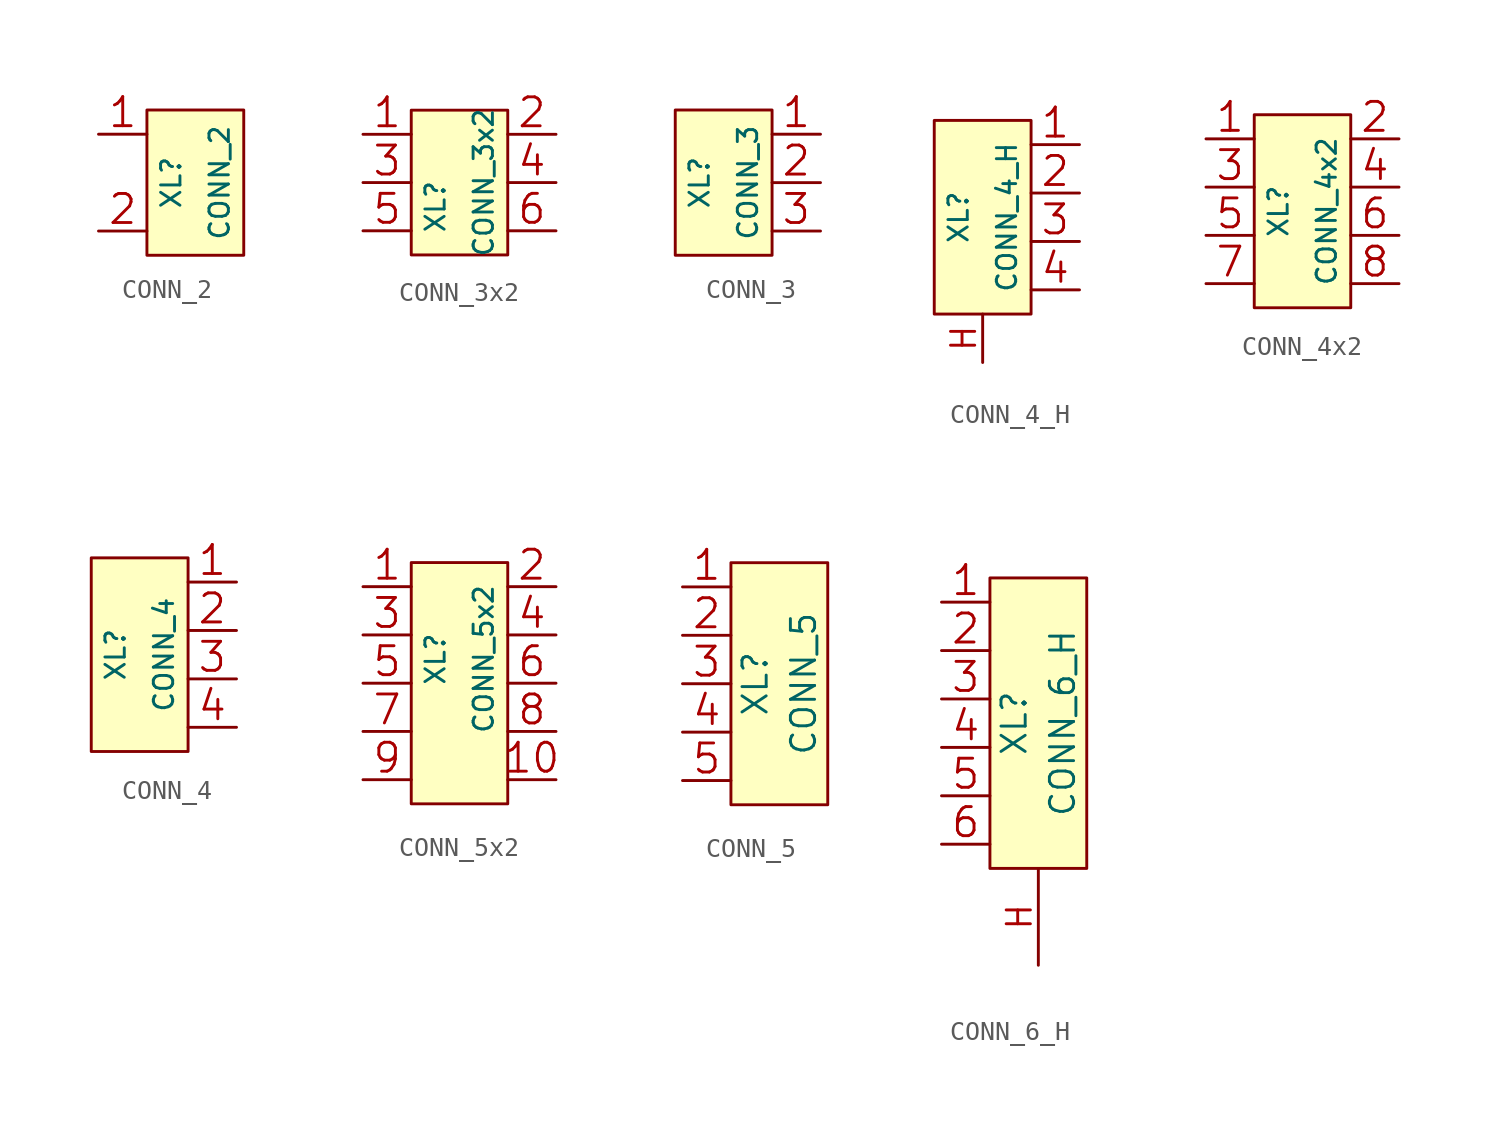
<source format=kicad_sym>
(kicad_symbol_lib
  (version 20201005)
  (generator kicad_symbol_editor)
  (symbol "Connectors_kl:CONN_2"
    (pin_names
      (offset 1.016) hide)
    (property "Reference" "XL"
      (at -1.27 0 90)
      (effects (font (size 1.016 1.016))))
    (property "Value" "CONN_2"
      (at 1.27 0 90)
      (effects (font (size 1.016 1.016))))
    (property "Footprint" ""
      (at 0 0 0)
      (effects (font (size 1.524 1.524))))
    (property "Datasheet" ""
      (at 0 0 0)
      (effects (font (size 1.524 1.524))))
    (symbol "CONN_2_0_1"
      (rectangle (start -2.54 3.81) (end 2.54 -3.81) (stroke (width 0)) (fill (type background))))
    (symbol "CONN_2_1_1"
      (pin passive line (at -5.08 2.54 0) (length 2.54) (name "P1" (effects (font (size 1.524 1.524)))) (number "1" (effects (font (size 1.524 1.524)))))
      (pin passive line (at -5.08 -2.54 0) (length 2.54) (name "PM" (effects (font (size 1.524 1.524)))) (number "2" (effects (font (size 1.524 1.524)))))))
  (symbol "Connectors_kl:CONN_3x2"
    (pin_names
      (offset 1.016) hide)
    (property "Reference" "XL"
      (at -1.27 -1.27 90)
      (effects (font (size 1.016 1.016))))
    (property "Value" "CONN_3x2"
      (at 1.27 0 90)
      (effects (font (size 1.016 1.016))))
    (property "Datasheet" ""
      (at 0 -1.27 0)
      (effects (font (size 1.524 1.524))))
    (symbol "CONN_3x2_0_1"
      (rectangle (start -2.54 3.81) (end 2.54 -3.81) (stroke (width 0)) (fill (type background))))
    (symbol "CONN_3x2_1_1"
      (pin passive line (at -5.08 2.54 0) (length 2.54) (name "P1" (effects (font (size 1.524 1.524)))) (number "1" (effects (font (size 1.524 1.524)))))
      (pin passive line (at 5.08 2.54 180) (length 2.54) (name "P1" (effects (font (size 1.524 1.524)))) (number "2" (effects (font (size 1.524 1.524)))))
      (pin passive line (at -5.08 0 0) (length 2.54) (name "PM" (effects (font (size 1.524 1.524)))) (number "3" (effects (font (size 1.524 1.524)))))
      (pin passive line (at 5.08 0 180) (length 2.54) (name "PM" (effects (font (size 1.524 1.524)))) (number "4" (effects (font (size 1.524 1.524)))))
      (pin passive line (at -5.08 -2.54 0) (length 2.54) (name "~" (effects (font (size 1.524 1.524)))) (number "5" (effects (font (size 1.524 1.524)))))
      (pin passive line (at 5.08 -2.54 180) (length 2.54) (name "~" (effects (font (size 1.524 1.524)))) (number "6" (effects (font (size 1.524 1.524)))))))
  (symbol "Connectors_kl:CONN_3"
    (pin_names
      (offset 1.016) hide)
    (property "Reference" "XL"
      (at -1.27 0 90)
      (effects (font (size 1.016 1.016))))
    (property "Value" "CONN_3"
      (at 1.27 0 90)
      (effects (font (size 1.016 1.016))))
    (symbol "CONN_3_0_1"
      (rectangle (start 2.54 3.81) (end -2.54 -3.81) (stroke (width 0)) (fill (type background))))
    (symbol "CONN_3_1_1"
      (pin passive line (at 5.08 2.54 180) (length 2.54) (name "P1" (effects (font (size 1.524 1.524)))) (number "1" (effects (font (size 1.524 1.524)))))
      (pin passive line (at 5.08 0 180) (length 2.54) (name "PM" (effects (font (size 1.524 1.524)))) (number "2" (effects (font (size 1.524 1.524)))))
      (pin passive line (at 5.08 -2.54 180) (length 2.54) (name "~" (effects (font (size 1.524 1.524)))) (number "3" (effects (font (size 1.524 1.524)))))))
  (symbol "Connectors_kl:CONN_4_H"
    (pin_names
      (offset 1.016) hide)
    (property "Reference" "XL"
      (at -1.27 0 90)
      (effects (font (size 1.016 1.016))))
    (property "Value" "CONN_4_H"
      (at 1.27 0 90)
      (effects (font (size 1.016 1.016))))
    (property "Footprint" ""
      (at 0 0 0)
      (effects (font (size 1.524 1.524))))
    (property "Datasheet" ""
      (at 0 0 0)
      (effects (font (size 1.524 1.524))))
    (symbol "CONN_4_H_0_1"
      (rectangle (start 2.54 5.08) (end -2.54 -5.08) (stroke (width 0)) (fill (type background))))
    (symbol "CONN_4_H_1_1"
      (pin passive line (at 5.08 3.81 180) (length 2.54) (name "P1" (effects (font (size 1.524 1.524)))) (number "1" (effects (font (size 1.524 1.524)))))
      (pin passive line (at 5.08 1.27 180) (length 2.54) (name "PM" (effects (font (size 1.524 1.524)))) (number "2" (effects (font (size 1.524 1.524)))))
      (pin passive line (at 5.08 -1.27 180) (length 2.54) (name "~" (effects (font (size 1.524 1.524)))) (number "3" (effects (font (size 1.524 1.524)))))
      (pin passive line (at 5.08 -3.81 180) (length 2.54) (name "~" (effects (font (size 1.524 1.524)))) (number "4" (effects (font (size 1.524 1.524)))))
      (pin passive line (at 0 -7.62 90) (length 2.54) (name "~" (effects (font (size 1.27 1.27)))) (number "H" (effects (font (size 1.27 1.27)))))))
  (symbol "Connectors_kl:CONN_4x2"
    (pin_names
      (offset 1.016) hide)
    (property "Reference" "XL"
      (at -1.27 0 90)
      (effects (font (size 1.016 1.016))))
    (property "Value" "CONN_4x2"
      (at 1.27 0 90)
      (effects (font (size 1.016 1.016))))
    (property "Footprint" ""
      (at 0 0 0)
      (effects (font (size 1.524 1.524))))
    (property "Datasheet" ""
      (at 0 0 0)
      (effects (font (size 1.524 1.524))))
    (symbol "CONN_4x2_0_1"
      (rectangle (start 2.54 5.08) (end -2.54 -5.08) (stroke (width 0)) (fill (type background))))
    (symbol "CONN_4x2_1_1"
      (pin passive line (at -5.08 3.81 0) (length 2.54) (name "P1" (effects (font (size 1.524 1.524)))) (number "1" (effects (font (size 1.524 1.524)))))
      (pin passive line (at 5.08 3.81 180) (length 2.54) (name "P1" (effects (font (size 1.524 1.524)))) (number "2" (effects (font (size 1.524 1.524)))))
      (pin passive line (at -5.08 1.27 0) (length 2.54) (name "PM" (effects (font (size 1.524 1.524)))) (number "3" (effects (font (size 1.524 1.524)))))
      (pin passive line (at 5.08 1.27 180) (length 2.54) (name "PM" (effects (font (size 1.524 1.524)))) (number "4" (effects (font (size 1.524 1.524)))))
      (pin passive line (at -5.08 -1.27 0) (length 2.54) (name "~" (effects (font (size 1.524 1.524)))) (number "5" (effects (font (size 1.524 1.524)))))
      (pin passive line (at 5.08 -1.27 180) (length 2.54) (name "~" (effects (font (size 1.524 1.524)))) (number "6" (effects (font (size 1.524 1.524)))))
      (pin passive line (at -5.08 -3.81 0) (length 2.54) (name "~" (effects (font (size 1.524 1.524)))) (number "7" (effects (font (size 1.524 1.524)))))
      (pin passive line (at 5.08 -3.81 180) (length 2.54) (name "~" (effects (font (size 1.524 1.524)))) (number "8" (effects (font (size 1.524 1.524)))))))
  (symbol "Connectors_kl:CONN_4"
    (pin_names
      (offset 1.016) hide)
    (property "Reference" "XL"
      (at -1.27 0 90)
      (effects (font (size 1.016 1.016))))
    (property "Value" "CONN_4"
      (at 1.27 0 90)
      (effects (font (size 1.016 1.016))))
    (symbol "CONN_4_0_1"
      (rectangle (start 2.54 5.08) (end -2.54 -5.08) (stroke (width 0)) (fill (type background))))
    (symbol "CONN_4_1_1"
      (pin passive line (at 5.08 3.81 180) (length 2.54) (name "P1" (effects (font (size 1.524 1.524)))) (number "1" (effects (font (size 1.524 1.524)))))
      (pin passive line (at 5.08 1.27 180) (length 2.54) (name "PM" (effects (font (size 1.524 1.524)))) (number "2" (effects (font (size 1.524 1.524)))))
      (pin passive line (at 5.08 -1.27 180) (length 2.54) (name "~" (effects (font (size 1.524 1.524)))) (number "3" (effects (font (size 1.524 1.524)))))
      (pin passive line (at 5.08 -3.81 180) (length 2.54) (name "~" (effects (font (size 1.524 1.524)))) (number "4" (effects (font (size 1.524 1.524)))))))
  (symbol "Connectors_kl:CONN_5x2"
    (pin_names
      (offset 1.016) hide)
    (property "Reference" "XL"
      (at -1.27 1.27 90)
      (effects (font (size 1.016 1.016))))
    (property "Value" "CONN_5x2"
      (at 1.27 1.27 90)
      (effects (font (size 1.016 1.016))))
    (property "Footprint" ""
      (at 0 0 0)
      (effects (font (size 1.524 1.524))))
    (property "Datasheet" ""
      (at 0 0 0)
      (effects (font (size 1.524 1.524))))
    (symbol "CONN_5x2_0_1"
      (rectangle (start -2.54 6.35) (end 2.54 -6.35) (stroke (width 0)) (fill (type background))))
    (symbol "CONN_5x2_1_1"
      (pin passive line (at -5.08 5.08 0) (length 2.54) (name "P1" (effects (font (size 1.524 1.524)))) (number "1" (effects (font (size 1.524 1.524)))))
      (pin passive line (at 5.08 -5.08 180) (length 2.54) (name "~" (effects (font (size 1.524 1.524)))) (number "10" (effects (font (size 1.524 1.524)))))
      (pin passive line (at 5.08 5.08 180) (length 2.54) (name "P1" (effects (font (size 1.524 1.524)))) (number "2" (effects (font (size 1.524 1.524)))))
      (pin passive line (at -5.08 2.54 0) (length 2.54) (name "PM" (effects (font (size 1.524 1.524)))) (number "3" (effects (font (size 1.524 1.524)))))
      (pin passive line (at 5.08 2.54 180) (length 2.54) (name "PM" (effects (font (size 1.524 1.524)))) (number "4" (effects (font (size 1.524 1.524)))))
      (pin passive line (at -5.08 0 0) (length 2.54) (name "~" (effects (font (size 1.524 1.524)))) (number "5" (effects (font (size 1.524 1.524)))))
      (pin passive line (at 5.08 0 180) (length 2.54) (name "~" (effects (font (size 1.524 1.524)))) (number "6" (effects (font (size 1.524 1.524)))))
      (pin passive line (at -5.08 -2.54 0) (length 2.54) (name "~" (effects (font (size 1.524 1.524)))) (number "7" (effects (font (size 1.524 1.524)))))
      (pin passive line (at 5.08 -2.54 180) (length 2.54) (name "~" (effects (font (size 1.524 1.524)))) (number "8" (effects (font (size 1.524 1.524)))))
      (pin passive line (at -5.08 -5.08 0) (length 2.54) (name "~" (effects (font (size 1.524 1.524)))) (number "9" (effects (font (size 1.524 1.524)))))))
  (symbol "Connectors_kl:CONN_5"
    (pin_names
      (offset 1.016))
    (property "Reference" "XL"
      (at -1.27 0 90)
      (effects (font (size 1.27 1.27))))
    (property "Value" "CONN_5"
      (at 1.27 0 90)
      (effects (font (size 1.27 1.27))))
    (property "Footprint" ""
      (at 0 0 0)
      (effects (font (size 1.524 1.524))))
    (property "Datasheet" ""
      (at 0 0 0)
      (effects (font (size 1.524 1.524))))
    (symbol "CONN_5_0_1"
      (rectangle (start -2.54 6.35) (end 2.54 -6.35) (stroke (width 0)) (fill (type background))))
    (symbol "CONN_5_1_1"
      (pin passive line (at -5.08 5.08 0) (length 2.54) (name "~" (effects (font (size 1.524 1.524)))) (number "1" (effects (font (size 1.524 1.524)))))
      (pin passive line (at -5.08 2.54 0) (length 2.54) (name "~" (effects (font (size 1.524 1.524)))) (number "2" (effects (font (size 1.524 1.524)))))
      (pin passive line (at -5.08 0 0) (length 2.54) (name "~" (effects (font (size 1.524 1.524)))) (number "3" (effects (font (size 1.524 1.524)))))
      (pin passive line (at -5.08 -2.54 0) (length 2.54) (name "~" (effects (font (size 1.524 1.524)))) (number "4" (effects (font (size 1.524 1.524)))))
      (pin passive line (at -5.08 -5.08 0) (length 2.54) (name "~" (effects (font (size 1.524 1.524)))) (number "5" (effects (font (size 1.524 1.524)))))))
  (symbol "Connectors_kl:CONN_6_H"
    (pin_names
      (offset 1.016))
    (property "Reference" "XL"
      (at -1.27 0 90)
      (effects (font (size 1.27 1.27))))
    (property "Value" "CONN_6_H"
      (at 1.27 0 90)
      (effects (font (size 1.27 1.27))))
    (property "Footprint" ""
      (at 0 0 0)
      (effects (font (size 1.524 1.524))))
    (property "Datasheet" ""
      (at 0 0 0)
      (effects (font (size 1.524 1.524))))
    (symbol "CONN_6_H_0_1"
      (rectangle (start -2.54 7.62) (end 2.54 -7.62) (stroke (width 0)) (fill (type background))))
    (symbol "CONN_6_H_1_1"
      (pin passive line (at -5.08 6.35 0) (length 2.54) (name "~" (effects (font (size 1.524 1.524)))) (number "1" (effects (font (size 1.524 1.524)))))
      (pin passive line (at -5.08 3.81 0) (length 2.54) (name "~" (effects (font (size 1.524 1.524)))) (number "2" (effects (font (size 1.524 1.524)))))
      (pin passive line (at -5.08 1.27 0) (length 2.54) (name "~" (effects (font (size 1.524 1.524)))) (number "3" (effects (font (size 1.524 1.524)))))
      (pin passive line (at -5.08 -1.27 0) (length 2.54) (name "~" (effects (font (size 1.524 1.524)))) (number "4" (effects (font (size 1.524 1.524)))))
      (pin passive line (at -5.08 -3.81 0) (length 2.54) (name "~" (effects (font (size 1.524 1.524)))) (number "5" (effects (font (size 1.524 1.524)))))
      (pin passive line (at -5.08 -6.35 0) (length 2.54) (name "~" (effects (font (size 1.524 1.524)))) (number "6" (effects (font (size 1.524 1.524)))))
      (pin passive line (at 0 -12.7 90) (length 5.08) (name "~" (effects (font (size 1.27 1.27)))) (number "H" (effects (font (size 1.27 1.27))))))))
</source>
